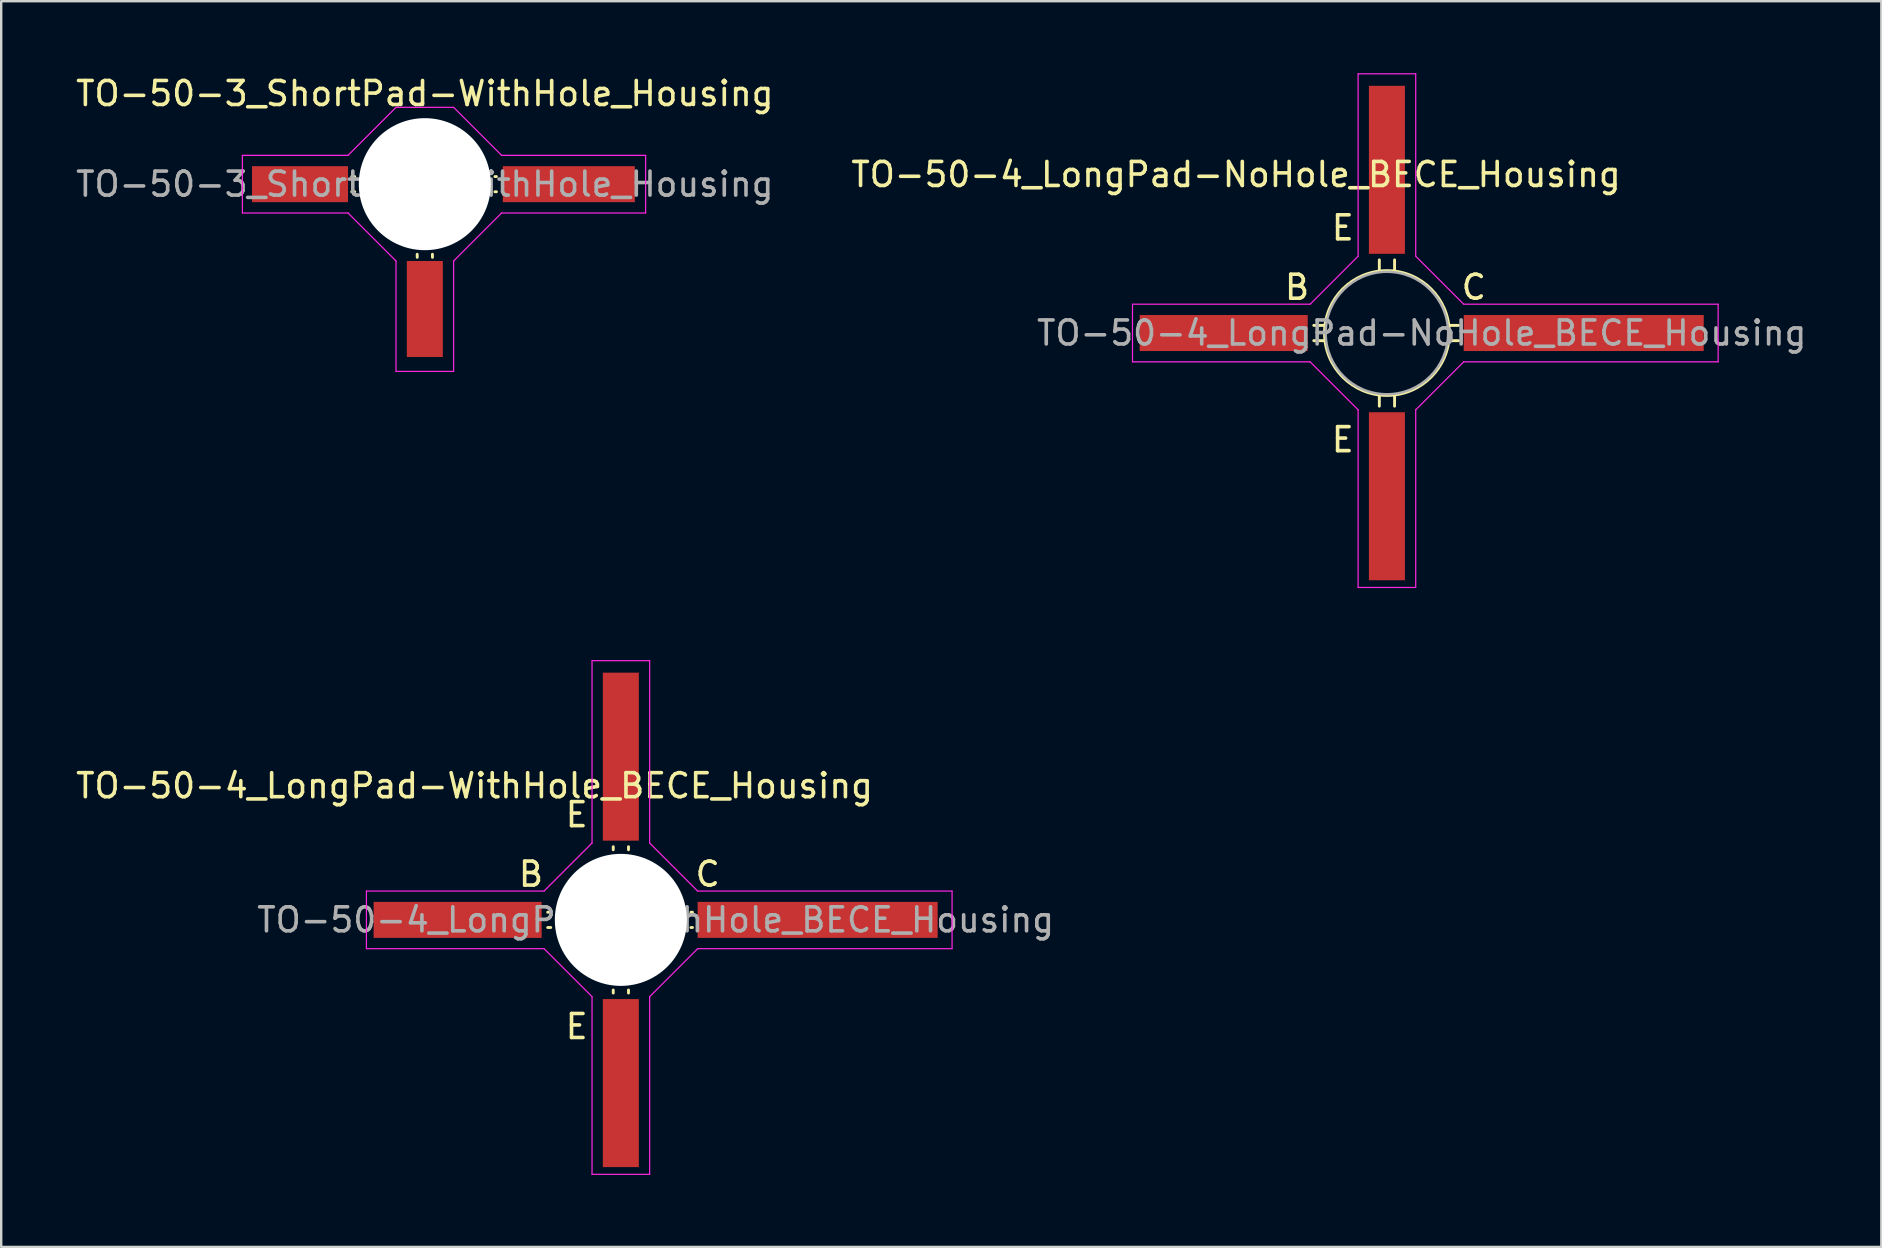
<source format=kicad_pcb>
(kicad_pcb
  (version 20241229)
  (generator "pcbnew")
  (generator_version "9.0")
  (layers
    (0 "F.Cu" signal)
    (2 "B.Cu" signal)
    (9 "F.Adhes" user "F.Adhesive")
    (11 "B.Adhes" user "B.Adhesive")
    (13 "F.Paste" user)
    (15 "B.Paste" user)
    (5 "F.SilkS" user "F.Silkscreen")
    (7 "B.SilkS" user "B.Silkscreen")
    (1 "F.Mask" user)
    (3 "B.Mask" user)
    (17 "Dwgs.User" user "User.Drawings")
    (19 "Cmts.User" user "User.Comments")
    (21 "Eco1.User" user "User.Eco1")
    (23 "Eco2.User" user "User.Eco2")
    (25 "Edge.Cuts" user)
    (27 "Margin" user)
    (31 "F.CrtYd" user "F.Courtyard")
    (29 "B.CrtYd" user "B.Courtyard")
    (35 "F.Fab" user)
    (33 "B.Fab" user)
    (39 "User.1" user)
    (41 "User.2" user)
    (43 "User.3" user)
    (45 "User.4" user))
  (footprint "TO-50-3_ShortPad-WithHole_Housing"
    (layer "F.Cu")
    (at 15.049 7.223)
    (property "Reference" "TO-50-3_ShortPad-WithHole_Housing" (at -0.4 -6.375 0) (layer "F.SilkS") (effects (font (size 1 1) (thickness 0.15))))
    (attr smd)
    (fp_line (start -3.321 -2.917) (end -3.446 -2.917) (stroke (width 0.12) (type solid)) (layer "F.SilkS"))
    (fp_line (start -3.321 -2.283) (end -3.446 -2.283) (stroke (width 0.12) (type solid)) (layer "F.SilkS"))
    (fp_line (start -0.718 0.321) (end -0.716 0.448) (stroke (width 0.12) (type solid)) (layer "F.SilkS"))
    (fp_line (start -0.083 0.321) (end -0.081 0.448) (stroke (width 0.12) (type solid)) (layer "F.SilkS"))
    (fp_line (start 2.521 -2.917) (end 2.584 -2.917) (stroke (width 0.12) (type solid)) (layer "F.SilkS"))
    (fp_line (start 2.521 -2.283) (end 2.584 -2.283) (stroke (width 0.12) (type solid)) (layer "F.SilkS"))
    (fp_line (start -8 -1.4) (end -8 -3.8) (stroke (width 0.05) (type solid)) (layer "F.CrtYd"))
    (fp_line (start -8 -1.4) (end -3.6 -1.4) (stroke (width 0.05) (type solid)) (layer "F.CrtYd"))
    (fp_line (start -3.6 -3.8) (end -8 -3.8) (stroke (width 0.05) (type solid)) (layer "F.CrtYd"))
    (fp_line (start -3.6 -3.8) (end -1.6 -5.8) (stroke (width 0.05) (type solid)) (layer "F.CrtYd"))
    (fp_line (start -1.6 -5.8) (end 0.8 -5.8) (stroke (width 0.05) (type solid)) (layer "F.CrtYd"))
    (fp_line (start -1.6 0.6) (end -3.6 -1.4) (stroke (width 0.05) (type solid)) (layer "F.CrtYd"))
    (fp_line (start -1.6 5.2) (end -1.6 0.6) (stroke (width 0.05) (type solid)) (layer "F.CrtYd"))
    (fp_line (start 0.8 -5.8) (end 2.8 -3.8) (stroke (width 0.05) (type solid)) (layer "F.CrtYd"))
    (fp_line (start 0.8 0.6) (end 0.8 5.2) (stroke (width 0.05) (type solid)) (layer "F.CrtYd"))
    (fp_line (start 0.8 5.2) (end -1.6 5.2) (stroke (width 0.05) (type solid)) (layer "F.CrtYd"))
    (fp_line (start 2.8 -3.8) (end 8.8 -3.8) (stroke (width 0.05) (type solid)) (layer "F.CrtYd"))
    (fp_line (start 2.8 -1.4) (end 0.8 0.6) (stroke (width 0.05) (type solid)) (layer "F.CrtYd"))
    (fp_line (start 8.8 -3.8) (end 8.8 -1.4) (stroke (width 0.05) (type solid)) (layer "F.CrtYd"))
    (fp_line (start 8.8 -1.4) (end 2.8 -1.4) (stroke (width 0.05) (type solid)) (layer "F.CrtYd"))
    (fp_circle (center -0.4 -2.6) (end -0.35 -5.15) (stroke (width 0.1) (type solid)) (fill no) (layer "F.Fab"))
    (fp_text user "${REFERENCE}" (at -0.4 -2.6 0) (layer "F.Fab") (effects (font (size 1 1) (thickness 0.15))))
    (pad "" np_thru_hole circle (at -0.4 -2.6 270) (size 5.5 5.5) (drill 5.5) (layers "*.Cu" "*.Mask"))
    (pad "1" smd rect (at -5.6 -2.6 270) (size 1.5 4) (layers "F.Cu" "F.Mask" "F.Paste"))
    (pad "2" smd rect (at -0.4 2.6 270) (size 4 1.5) (layers "F.Cu" "F.Mask" "F.Paste"))
    (pad "3" smd rect (at 5.6 -2.6 270) (size 1.5 5.5) (layers "F.Cu" "F.Mask" "F.Paste")))
  (footprint "TO-50-4_LongPad-WithHole_BECE_Housing"
    (layer "F.Cu")
    (at 23.513 35.021)
    (property "Reference" "TO-50-4_LongPad-WithHole_BECE_Housing" (at -6.793 -5.334 0) (layer "F.SilkS") (effects (font (size 1 1) (thickness 0.15))))
    (attr smd)
    (fp_line (start -3.618 -0.064) (end -3.744 -0.064) (stroke (width 0.12) (type solid)) (layer "F.SilkS"))
    (fp_line (start -3.618 0.572) (end -3.744 0.572) (stroke (width 0.12) (type solid)) (layer "F.SilkS"))
    (fp_line (start -1.014 3.175) (end -1.013 3.302) (stroke (width 0.12) (type solid)) (layer "F.SilkS"))
    (fp_line (start -1.013 -2.794) (end -1.014 -2.667) (stroke (width 0.12) (type solid)) (layer "F.SilkS"))
    (fp_line (start -0.378 -2.794) (end -0.378 -2.667) (stroke (width 0.12) (type solid)) (layer "F.SilkS"))
    (fp_line (start -0.378 3.175) (end -0.378 3.302) (stroke (width 0.12) (type solid)) (layer "F.SilkS"))
    (fp_line (start 2.224 -0.064) (end 2.288 -0.064) (stroke (width 0.12) (type solid)) (layer "F.SilkS"))
    (fp_line (start 2.224 0.572) (end 2.288 0.572) (stroke (width 0.12) (type solid)) (layer "F.SilkS"))
    (fp_line (start -11.297 -0.946) (end -3.897 -0.946) (stroke (width 0.05) (type solid)) (layer "F.CrtYd"))
    (fp_line (start -11.297 1.454) (end -11.297 -0.946) (stroke (width 0.05) (type solid)) (layer "F.CrtYd"))
    (fp_line (start -3.897 -0.946) (end -1.897 -2.946) (stroke (width 0.05) (type solid)) (layer "F.CrtYd"))
    (fp_line (start -3.897 1.454) (end -11.297 1.454) (stroke (width 0.05) (type solid)) (layer "F.CrtYd"))
    (fp_line (start -1.897 -10.546) (end 0.503 -10.546) (stroke (width 0.05) (type solid)) (layer "F.CrtYd"))
    (fp_line (start -1.897 -2.946) (end -1.897 -10.546) (stroke (width 0.05) (type solid)) (layer "F.CrtYd"))
    (fp_line (start -1.897 3.454) (end -3.897 1.454) (stroke (width 0.05) (type solid)) (layer "F.CrtYd"))
    (fp_line (start -1.897 10.854) (end -1.897 3.454) (stroke (width 0.05) (type solid)) (layer "F.CrtYd"))
    (fp_line (start 0.503 -10.546) (end 0.503 -2.946) (stroke (width 0.05) (type solid)) (layer "F.CrtYd"))
    (fp_line (start 0.503 -2.946) (end 2.503 -0.946) (stroke (width 0.05) (type solid)) (layer "F.CrtYd"))
    (fp_line (start 0.503 3.454) (end 0.503 10.854) (stroke (width 0.05) (type solid)) (layer "F.CrtYd"))
    (fp_line (start 0.503 10.854) (end -1.897 10.854) (stroke (width 0.05) (type solid)) (layer "F.CrtYd"))
    (fp_line (start 2.503 -0.946) (end 13.103 -0.946) (stroke (width 0.05) (type solid)) (layer "F.CrtYd"))
    (fp_line (start 2.503 1.454) (end 0.503 3.454) (stroke (width 0.05) (type solid)) (layer "F.CrtYd"))
    (fp_line (start 13.103 -0.946) (end 13.103 1.454) (stroke (width 0.05) (type solid)) (layer "F.CrtYd"))
    (fp_line (start 13.103 1.454) (end 2.503 1.454) (stroke (width 0.05) (type solid)) (layer "F.CrtYd"))
    (fp_circle (center -0.697 0.254) (end -0.647 -2.296) (stroke (width 0.1) (type solid)) (fill no) (layer "F.Fab"))
    (fp_text user "E" (at -2.537 -4.128 0) (layer "F.SilkS") (effects (font (size 1 1) (thickness 0.15))))
    (fp_text user "E" (at -2.537 4.699 0) (layer "F.SilkS") (effects (font (size 1 1) (thickness 0.15))))
    (fp_text user "B" (at -4.442 -1.651 0) (layer "F.SilkS") (effects (font (size 1 1) (thickness 0.15))))
    (fp_text user "C" (at 2.922 -1.651 0) (layer "F.SilkS") (effects (font (size 1 1) (thickness 0.15))))
    (fp_text user "${REFERENCE}" (at 0.753 0.254 180) (layer "F.Fab") (effects (font (size 1 1) (thickness 0.15))))
    (pad "" np_thru_hole circle (at -0.697 0.254 270) (size 5.5 5.5) (drill 5.5) (layers "*.Cu" "*.Mask"))
    (pad "1" smd rect (at -7.497 0.254 270) (size 1.5 7) (layers "F.Cu" "F.Mask" "F.Paste"))
    (pad "2" smd rect (at -0.697 7.054 270) (size 7 1.5) (layers "F.Cu" "F.Mask" "F.Paste"))
    (pad "3" smd rect (at 7.503 0.254 270) (size 1.5 10) (layers "F.Cu" "F.Mask" "F.Paste"))
    (pad "4" smd rect (at -0.697 -6.546 270) (size 7 1.5) (layers "F.Cu" "F.Mask" "F.Paste")))
  (footprint "TO-50-4_LongPad-NoHole_BECE_Housing"
    (layer "F.Cu")
    (at 55.433 10.825)
    (property "Reference" "TO-50-4_LongPad-NoHole_BECE_Housing" (at -6.987 -6.604 0) (layer "F.SilkS") (effects (font (size 1 1) (thickness 0.15))))
    (attr smd)
    (fp_line (start -3.302 -0.318) (end -3.747 -0.318) (stroke (width 0.12) (type solid)) (layer "F.SilkS"))
    (fp_line (start -3.302 0.318) (end -3.747 0.318) (stroke (width 0.12) (type solid)) (layer "F.SilkS"))
    (fp_line (start -1.016 -3.048) (end -1.016 -2.603) (stroke (width 0.12) (type solid)) (layer "F.SilkS"))
    (fp_line (start -1.016 2.603) (end -1.016 3.048) (stroke (width 0.12) (type solid)) (layer "F.SilkS"))
    (fp_line (start -0.381 -3.048) (end -0.381 -2.603) (stroke (width 0.12) (type solid)) (layer "F.SilkS"))
    (fp_line (start -0.381 2.603) (end -0.381 3.048) (stroke (width 0.12) (type solid)) (layer "F.SilkS"))
    (fp_line (start 1.903 -0.318) (end 2.284 -0.318) (stroke (width 0.12) (type solid)) (layer "F.SilkS"))
    (fp_line (start 1.903 0.318) (end 2.284 0.318) (stroke (width 0.12) (type solid)) (layer "F.SilkS"))
    (fp_circle (center -0.7 0) (end -0.7 -2.6) (stroke (width 0.12) (type solid)) (fill no) (layer "F.SilkS"))
    (fp_line (start -11.3 -1.2) (end -3.9 -1.2) (stroke (width 0.05) (type solid)) (layer "F.CrtYd"))
    (fp_line (start -11.3 1.2) (end -11.3 -1.2) (stroke (width 0.05) (type solid)) (layer "F.CrtYd"))
    (fp_line (start -3.9 -1.2) (end -1.9 -3.2) (stroke (width 0.05) (type solid)) (layer "F.CrtYd"))
    (fp_line (start -3.9 1.2) (end -11.3 1.2) (stroke (width 0.05) (type solid)) (layer "F.CrtYd"))
    (fp_line (start -1.9 -10.8) (end 0.5 -10.8) (stroke (width 0.05) (type solid)) (layer "F.CrtYd"))
    (fp_line (start -1.9 -3.2) (end -1.9 -10.8) (stroke (width 0.05) (type solid)) (layer "F.CrtYd"))
    (fp_line (start -1.9 3.2) (end -3.9 1.2) (stroke (width 0.05) (type solid)) (layer "F.CrtYd"))
    (fp_line (start -1.9 10.6) (end -1.9 3.2) (stroke (width 0.05) (type solid)) (layer "F.CrtYd"))
    (fp_line (start 0.5 -10.8) (end 0.5 -3.2) (stroke (width 0.05) (type solid)) (layer "F.CrtYd"))
    (fp_line (start 0.5 -3.2) (end 2.5 -1.2) (stroke (width 0.05) (type solid)) (layer "F.CrtYd"))
    (fp_line (start 0.5 3.2) (end 0.5 10.6) (stroke (width 0.05) (type solid)) (layer "F.CrtYd"))
    (fp_line (start 0.5 10.6) (end -1.9 10.6) (stroke (width 0.05) (type solid)) (layer "F.CrtYd"))
    (fp_line (start 2.5 -1.2) (end 13.1 -1.2) (stroke (width 0.05) (type solid)) (layer "F.CrtYd"))
    (fp_line (start 2.5 1.2) (end 0.5 3.2) (stroke (width 0.05) (type solid)) (layer "F.CrtYd"))
    (fp_line (start 13.1 -1.2) (end 13.1 1.2) (stroke (width 0.05) (type solid)) (layer "F.CrtYd"))
    (fp_line (start 13.1 1.2) (end 2.5 1.2) (stroke (width 0.05) (type solid)) (layer "F.CrtYd"))
    (fp_circle (center -0.7 0) (end -0.65 -2.55) (stroke (width 0.1) (type solid)) (fill no) (layer "F.Fab"))
    (fp_text user "E" (at -2.54 4.445 0) (layer "F.SilkS") (effects (font (size 1 1) (thickness 0.15))))
    (fp_text user "C" (at 2.92 -1.905 0) (layer "F.SilkS") (effects (font (size 1 1) (thickness 0.15))))
    (fp_text user "B" (at -4.445 -1.905 0) (layer "F.SilkS") (effects (font (size 1 1) (thickness 0.15))))
    (fp_text user "E" (at -2.54 -4.381 0) (layer "F.SilkS") (effects (font (size 1 1) (thickness 0.15))))
    (fp_text user "${REFERENCE}" (at 0.75 0 0) (layer "F.Fab") (effects (font (size 1 1) (thickness 0.15))))
    (pad "1" smd rect (at -7.5 0 270) (size 1.5 7) (layers "F.Cu" "F.Mask" "F.Paste"))
    (pad "2" smd rect (at -0.7 6.8 270) (size 7 1.5) (layers "F.Cu" "F.Mask" "F.Paste"))
    (pad "3" smd rect (at 7.5 0 270) (size 1.5 10) (layers "F.Cu" "F.Mask" "F.Paste"))
    (pad "4" smd rect (at -0.7 -6.8 270) (size 7 1.5) (layers "F.Cu" "F.Mask" "F.Paste")))
  (gr_rect
    (start -3 -3)
    (end 75.332 48.9)
    (stroke (width 0.1) (type default))
    (fill no)
    (layer "Edge.Cuts")))
</source>
